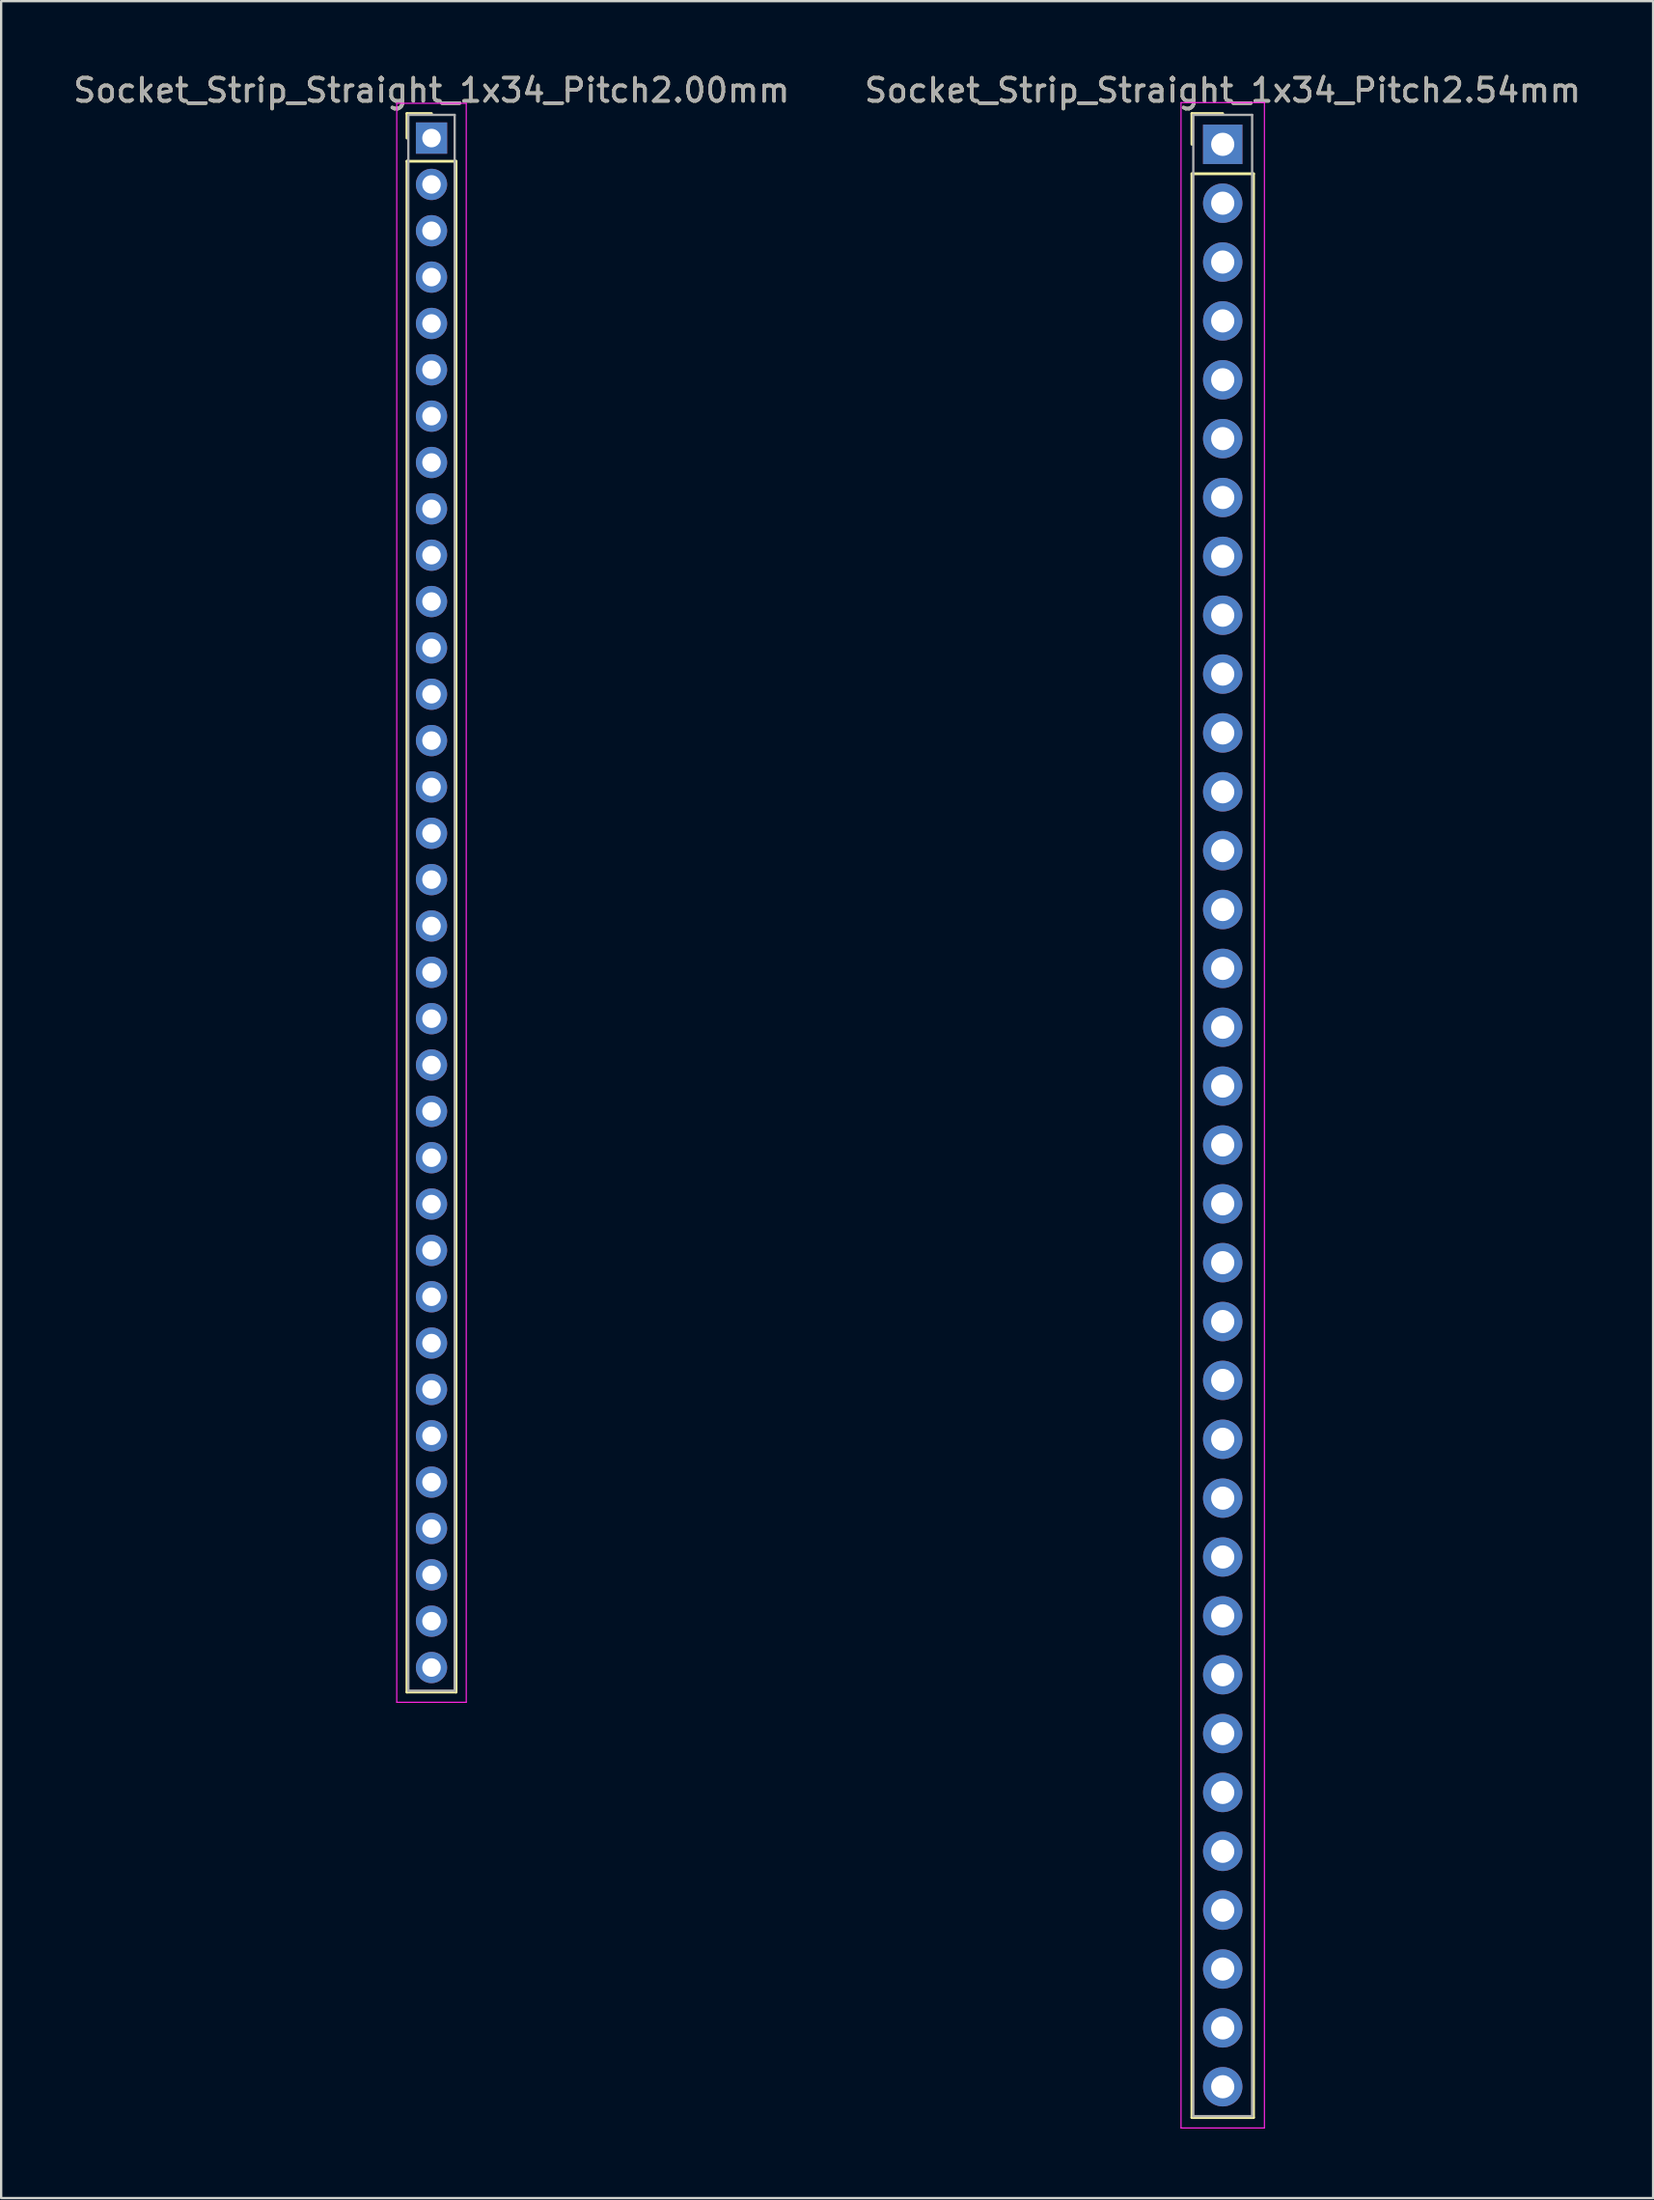
<source format=kicad_pcb>
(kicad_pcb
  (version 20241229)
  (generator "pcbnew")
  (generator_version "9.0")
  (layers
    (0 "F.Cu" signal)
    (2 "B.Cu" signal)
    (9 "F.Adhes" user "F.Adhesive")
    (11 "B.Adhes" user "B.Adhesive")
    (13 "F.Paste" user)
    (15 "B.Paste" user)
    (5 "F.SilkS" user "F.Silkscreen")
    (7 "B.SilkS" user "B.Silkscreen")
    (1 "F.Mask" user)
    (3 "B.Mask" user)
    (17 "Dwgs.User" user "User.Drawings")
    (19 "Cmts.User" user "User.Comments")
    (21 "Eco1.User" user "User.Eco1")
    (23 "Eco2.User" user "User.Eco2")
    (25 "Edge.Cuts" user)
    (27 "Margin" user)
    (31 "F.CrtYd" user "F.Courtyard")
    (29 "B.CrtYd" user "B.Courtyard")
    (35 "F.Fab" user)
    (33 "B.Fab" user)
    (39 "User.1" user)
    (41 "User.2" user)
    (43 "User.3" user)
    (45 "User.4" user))
  (footprint "Socket_Strip_Straight_1x34_Pitch2.54mm"
    (layer "F.Cu")
    (at 49.732 3.178)
    (property "Reference" "Socket_Strip_Straight_1x34_Pitch2.54mm" (at 0 -2.33 0) (layer "F.SilkS") (effects (font (size 1 1) (thickness 0.15))))
    (attr through_hole)
    (fp_line (start -1.33 -1.33) (end 0 -1.33) (stroke (width 0.12) (type solid)) (layer "F.SilkS"))
    (fp_line (start -1.33 0) (end -1.33 -1.33) (stroke (width 0.12) (type solid)) (layer "F.SilkS"))
    (fp_line (start -1.33 1.27) (end -1.33 85.15) (stroke (width 0.12) (type solid)) (layer "F.SilkS"))
    (fp_line (start -1.33 85.15) (end 1.33 85.15) (stroke (width 0.12) (type solid)) (layer "F.SilkS"))
    (fp_line (start 1.33 1.27) (end -1.33 1.27) (stroke (width 0.12) (type solid)) (layer "F.SilkS"))
    (fp_line (start 1.33 85.15) (end 1.33 1.27) (stroke (width 0.12) (type solid)) (layer "F.SilkS"))
    (fp_line (start -1.8 -1.8) (end -1.8 85.6) (stroke (width 0.05) (type solid)) (layer "F.CrtYd"))
    (fp_line (start -1.8 85.6) (end 1.8 85.6) (stroke (width 0.05) (type solid)) (layer "F.CrtYd"))
    (fp_line (start 1.8 -1.8) (end -1.8 -1.8) (stroke (width 0.05) (type solid)) (layer "F.CrtYd"))
    (fp_line (start 1.8 85.6) (end 1.8 -1.8) (stroke (width 0.05) (type solid)) (layer "F.CrtYd"))
    (fp_line (start -1.27 -1.27) (end -1.27 85.09) (stroke (width 0.1) (type solid)) (layer "F.Fab"))
    (fp_line (start -1.27 85.09) (end 1.27 85.09) (stroke (width 0.1) (type solid)) (layer "F.Fab"))
    (fp_line (start 1.27 -1.27) (end -1.27 -1.27) (stroke (width 0.1) (type solid)) (layer "F.Fab"))
    (fp_line (start 1.27 85.09) (end 1.27 -1.27) (stroke (width 0.1) (type solid)) (layer "F.Fab"))
    (fp_text user "${REFERENCE}" (at 0 -2.33 0) (layer "F.Fab") (effects (font (size 1 1) (thickness 0.15))))
    (pad "1" thru_hole rect (at 0 0) (size 1.7 1.7) (drill 1) (layers "*.Cu" "*.Mask"))
    (pad "2" thru_hole oval (at 0 2.54) (size 1.7 1.7) (drill 1) (layers "*.Cu" "*.Mask"))
    (pad "3" thru_hole oval (at 0 5.08) (size 1.7 1.7) (drill 1) (layers "*.Cu" "*.Mask"))
    (pad "4" thru_hole oval (at 0 7.62) (size 1.7 1.7) (drill 1) (layers "*.Cu" "*.Mask"))
    (pad "5" thru_hole oval (at 0 10.16) (size 1.7 1.7) (drill 1) (layers "*.Cu" "*.Mask"))
    (pad "6" thru_hole oval (at 0 12.7) (size 1.7 1.7) (drill 1) (layers "*.Cu" "*.Mask"))
    (pad "7" thru_hole oval (at 0 15.24) (size 1.7 1.7) (drill 1) (layers "*.Cu" "*.Mask"))
    (pad "8" thru_hole oval (at 0 17.78) (size 1.7 1.7) (drill 1) (layers "*.Cu" "*.Mask"))
    (pad "9" thru_hole oval (at 0 20.32) (size 1.7 1.7) (drill 1) (layers "*.Cu" "*.Mask"))
    (pad "10" thru_hole oval (at 0 22.86) (size 1.7 1.7) (drill 1) (layers "*.Cu" "*.Mask"))
    (pad "11" thru_hole oval (at 0 25.4) (size 1.7 1.7) (drill 1) (layers "*.Cu" "*.Mask"))
    (pad "12" thru_hole oval (at 0 27.94) (size 1.7 1.7) (drill 1) (layers "*.Cu" "*.Mask"))
    (pad "13" thru_hole oval (at 0 30.48) (size 1.7 1.7) (drill 1) (layers "*.Cu" "*.Mask"))
    (pad "14" thru_hole oval (at 0 33.02) (size 1.7 1.7) (drill 1) (layers "*.Cu" "*.Mask"))
    (pad "15" thru_hole oval (at 0 35.56) (size 1.7 1.7) (drill 1) (layers "*.Cu" "*.Mask"))
    (pad "16" thru_hole oval (at 0 38.1) (size 1.7 1.7) (drill 1) (layers "*.Cu" "*.Mask"))
    (pad "17" thru_hole oval (at 0 40.64) (size 1.7 1.7) (drill 1) (layers "*.Cu" "*.Mask"))
    (pad "18" thru_hole oval (at 0 43.18) (size 1.7 1.7) (drill 1) (layers "*.Cu" "*.Mask"))
    (pad "19" thru_hole oval (at 0 45.72) (size 1.7 1.7) (drill 1) (layers "*.Cu" "*.Mask"))
    (pad "20" thru_hole oval (at 0 48.26) (size 1.7 1.7) (drill 1) (layers "*.Cu" "*.Mask"))
    (pad "21" thru_hole oval (at 0 50.8) (size 1.7 1.7) (drill 1) (layers "*.Cu" "*.Mask"))
    (pad "22" thru_hole oval (at 0 53.34) (size 1.7 1.7) (drill 1) (layers "*.Cu" "*.Mask"))
    (pad "23" thru_hole oval (at 0 55.88) (size 1.7 1.7) (drill 1) (layers "*.Cu" "*.Mask"))
    (pad "24" thru_hole oval (at 0 58.42) (size 1.7 1.7) (drill 1) (layers "*.Cu" "*.Mask"))
    (pad "25" thru_hole oval (at 0 60.96) (size 1.7 1.7) (drill 1) (layers "*.Cu" "*.Mask"))
    (pad "26" thru_hole oval (at 0 63.5) (size 1.7 1.7) (drill 1) (layers "*.Cu" "*.Mask"))
    (pad "27" thru_hole oval (at 0 66.04) (size 1.7 1.7) (drill 1) (layers "*.Cu" "*.Mask"))
    (pad "28" thru_hole oval (at 0 68.58) (size 1.7 1.7) (drill 1) (layers "*.Cu" "*.Mask"))
    (pad "29" thru_hole oval (at 0 71.12) (size 1.7 1.7) (drill 1) (layers "*.Cu" "*.Mask"))
    (pad "30" thru_hole oval (at 0 73.66) (size 1.7 1.7) (drill 1) (layers "*.Cu" "*.Mask"))
    (pad "31" thru_hole oval (at 0 76.2) (size 1.7 1.7) (drill 1) (layers "*.Cu" "*.Mask"))
    (pad "32" thru_hole oval (at 0 78.74) (size 1.7 1.7) (drill 1) (layers "*.Cu" "*.Mask"))
    (pad "33" thru_hole oval (at 0 81.28) (size 1.7 1.7) (drill 1) (layers "*.Cu" "*.Mask"))
    (pad "34" thru_hole oval (at 0 83.82) (size 1.7 1.7) (drill 1) (layers "*.Cu" "*.Mask")))
  (footprint "Socket_Strip_Straight_1x34_Pitch2.00mm"
    (layer "F.Cu")
    (at 15.577 2.908)
    (property "Reference" "Socket_Strip_Straight_1x34_Pitch2.00mm" (at 0 -2.06 0) (layer "F.SilkS") (effects (font (size 1 1) (thickness 0.15))))
    (attr through_hole)
    (fp_line (start -1.06 -1.06) (end 0 -1.06) (stroke (width 0.12) (type solid)) (layer "F.SilkS"))
    (fp_line (start -1.06 0) (end -1.06 -1.06) (stroke (width 0.12) (type solid)) (layer "F.SilkS"))
    (fp_line (start -1.06 1) (end -1.06 67.06) (stroke (width 0.12) (type solid)) (layer "F.SilkS"))
    (fp_line (start -1.06 67.06) (end 1.06 67.06) (stroke (width 0.12) (type solid)) (layer "F.SilkS"))
    (fp_line (start 1.06 1) (end -1.06 1) (stroke (width 0.12) (type solid)) (layer "F.SilkS"))
    (fp_line (start 1.06 67.06) (end 1.06 1) (stroke (width 0.12) (type solid)) (layer "F.SilkS"))
    (fp_line (start -1.5 -1.5) (end -1.5 67.5) (stroke (width 0.05) (type solid)) (layer "F.CrtYd"))
    (fp_line (start -1.5 67.5) (end 1.5 67.5) (stroke (width 0.05) (type solid)) (layer "F.CrtYd"))
    (fp_line (start 1.5 -1.5) (end -1.5 -1.5) (stroke (width 0.05) (type solid)) (layer "F.CrtYd"))
    (fp_line (start 1.5 67.5) (end 1.5 -1.5) (stroke (width 0.05) (type solid)) (layer "F.CrtYd"))
    (fp_line (start -1 -1) (end -1 67) (stroke (width 0.1) (type solid)) (layer "F.Fab"))
    (fp_line (start -1 67) (end 1 67) (stroke (width 0.1) (type solid)) (layer "F.Fab"))
    (fp_line (start 1 -1) (end -1 -1) (stroke (width 0.1) (type solid)) (layer "F.Fab"))
    (fp_line (start 1 67) (end 1 -1) (stroke (width 0.1) (type solid)) (layer "F.Fab"))
    (fp_text user "${REFERENCE}" (at 0 -2.06 0) (layer "F.Fab") (effects (font (size 1 1) (thickness 0.15))))
    (pad "1" thru_hole rect (at 0 0) (size 1.35 1.35) (drill 0.8) (layers "*.Cu" "*.Mask"))
    (pad "2" thru_hole oval (at 0 2) (size 1.35 1.35) (drill 0.8) (layers "*.Cu" "*.Mask"))
    (pad "3" thru_hole oval (at 0 4) (size 1.35 1.35) (drill 0.8) (layers "*.Cu" "*.Mask"))
    (pad "4" thru_hole oval (at 0 6) (size 1.35 1.35) (drill 0.8) (layers "*.Cu" "*.Mask"))
    (pad "5" thru_hole oval (at 0 8) (size 1.35 1.35) (drill 0.8) (layers "*.Cu" "*.Mask"))
    (pad "6" thru_hole oval (at 0 10) (size 1.35 1.35) (drill 0.8) (layers "*.Cu" "*.Mask"))
    (pad "7" thru_hole oval (at 0 12) (size 1.35 1.35) (drill 0.8) (layers "*.Cu" "*.Mask"))
    (pad "8" thru_hole oval (at 0 14) (size 1.35 1.35) (drill 0.8) (layers "*.Cu" "*.Mask"))
    (pad "9" thru_hole oval (at 0 16) (size 1.35 1.35) (drill 0.8) (layers "*.Cu" "*.Mask"))
    (pad "10" thru_hole oval (at 0 18) (size 1.35 1.35) (drill 0.8) (layers "*.Cu" "*.Mask"))
    (pad "11" thru_hole oval (at 0 20) (size 1.35 1.35) (drill 0.8) (layers "*.Cu" "*.Mask"))
    (pad "12" thru_hole oval (at 0 22) (size 1.35 1.35) (drill 0.8) (layers "*.Cu" "*.Mask"))
    (pad "13" thru_hole oval (at 0 24) (size 1.35 1.35) (drill 0.8) (layers "*.Cu" "*.Mask"))
    (pad "14" thru_hole oval (at 0 26) (size 1.35 1.35) (drill 0.8) (layers "*.Cu" "*.Mask"))
    (pad "15" thru_hole oval (at 0 28) (size 1.35 1.35) (drill 0.8) (layers "*.Cu" "*.Mask"))
    (pad "16" thru_hole oval (at 0 30) (size 1.35 1.35) (drill 0.8) (layers "*.Cu" "*.Mask"))
    (pad "17" thru_hole oval (at 0 32) (size 1.35 1.35) (drill 0.8) (layers "*.Cu" "*.Mask"))
    (pad "18" thru_hole oval (at 0 34) (size 1.35 1.35) (drill 0.8) (layers "*.Cu" "*.Mask"))
    (pad "19" thru_hole oval (at 0 36) (size 1.35 1.35) (drill 0.8) (layers "*.Cu" "*.Mask"))
    (pad "20" thru_hole oval (at 0 38) (size 1.35 1.35) (drill 0.8) (layers "*.Cu" "*.Mask"))
    (pad "21" thru_hole oval (at 0 40) (size 1.35 1.35) (drill 0.8) (layers "*.Cu" "*.Mask"))
    (pad "22" thru_hole oval (at 0 42) (size 1.35 1.35) (drill 0.8) (layers "*.Cu" "*.Mask"))
    (pad "23" thru_hole oval (at 0 44) (size 1.35 1.35) (drill 0.8) (layers "*.Cu" "*.Mask"))
    (pad "24" thru_hole oval (at 0 46) (size 1.35 1.35) (drill 0.8) (layers "*.Cu" "*.Mask"))
    (pad "25" thru_hole oval (at 0 48) (size 1.35 1.35) (drill 0.8) (layers "*.Cu" "*.Mask"))
    (pad "26" thru_hole oval (at 0 50) (size 1.35 1.35) (drill 0.8) (layers "*.Cu" "*.Mask"))
    (pad "27" thru_hole oval (at 0 52) (size 1.35 1.35) (drill 0.8) (layers "*.Cu" "*.Mask"))
    (pad "28" thru_hole oval (at 0 54) (size 1.35 1.35) (drill 0.8) (layers "*.Cu" "*.Mask"))
    (pad "29" thru_hole oval (at 0 56) (size 1.35 1.35) (drill 0.8) (layers "*.Cu" "*.Mask"))
    (pad "30" thru_hole oval (at 0 58) (size 1.35 1.35) (drill 0.8) (layers "*.Cu" "*.Mask"))
    (pad "31" thru_hole oval (at 0 60) (size 1.35 1.35) (drill 0.8) (layers "*.Cu" "*.Mask"))
    (pad "32" thru_hole oval (at 0 62) (size 1.35 1.35) (drill 0.8) (layers "*.Cu" "*.Mask"))
    (pad "33" thru_hole oval (at 0 64) (size 1.35 1.35) (drill 0.8) (layers "*.Cu" "*.Mask"))
    (pad "34" thru_hole oval (at 0 66) (size 1.35 1.35) (drill 0.8) (layers "*.Cu" "*.Mask")))
  (gr_rect
    (start -3 -3)
    (end 68.31 91.803)
    (stroke (width 0.1) (type default))
    (fill no)
    (layer "Edge.Cuts")))
</source>
